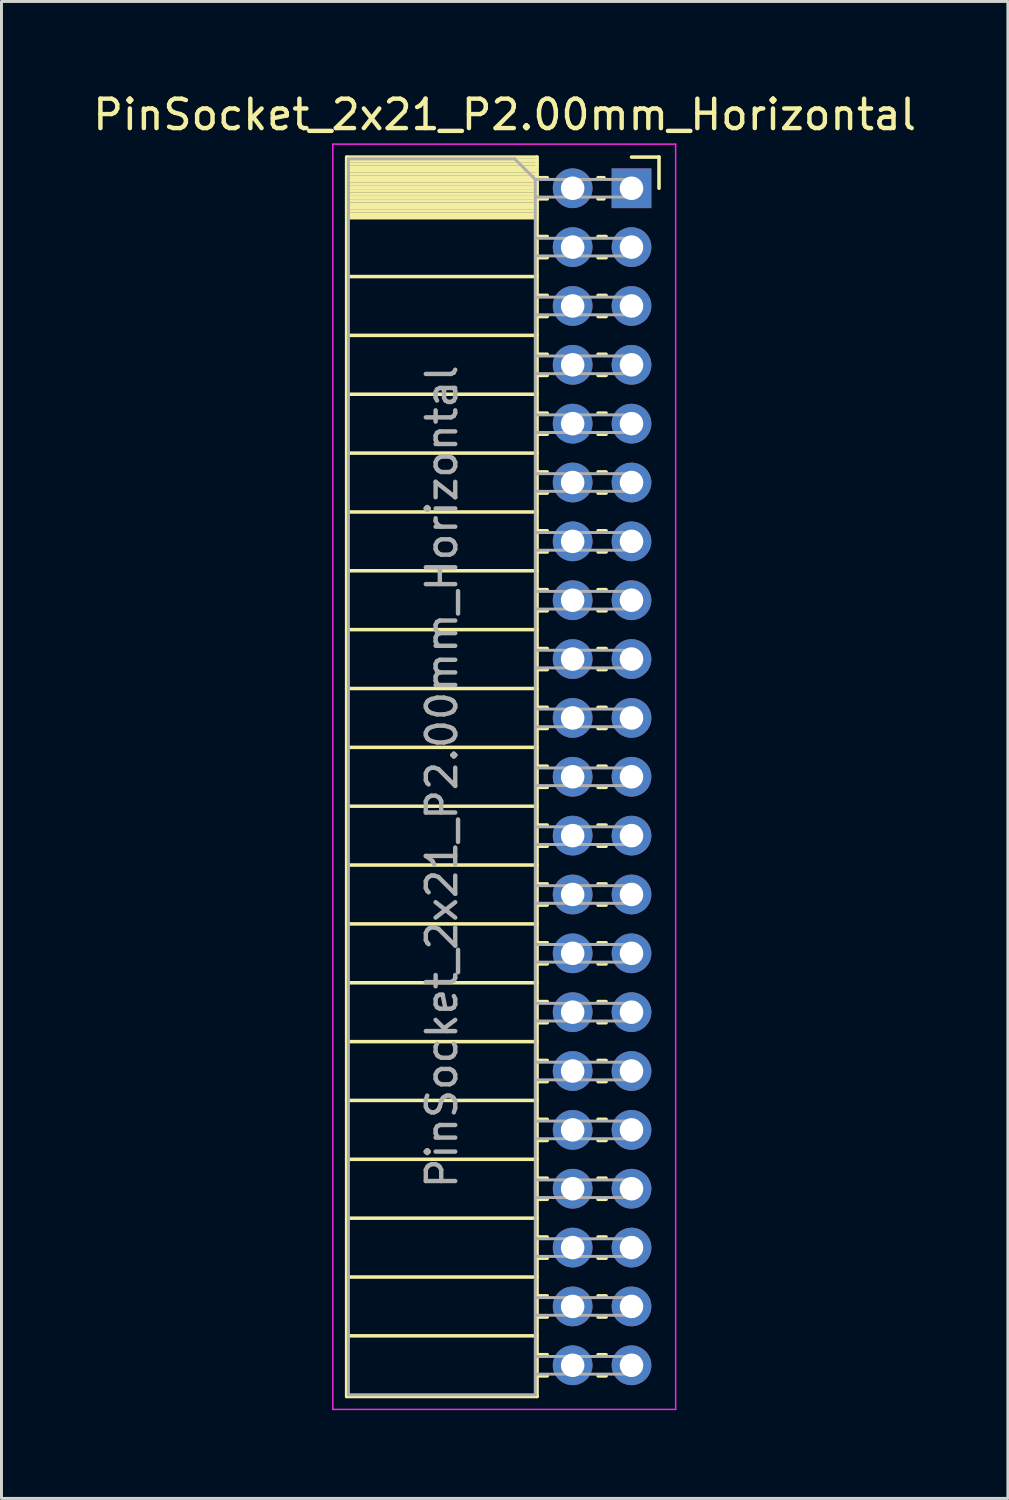
<source format=kicad_pcb>
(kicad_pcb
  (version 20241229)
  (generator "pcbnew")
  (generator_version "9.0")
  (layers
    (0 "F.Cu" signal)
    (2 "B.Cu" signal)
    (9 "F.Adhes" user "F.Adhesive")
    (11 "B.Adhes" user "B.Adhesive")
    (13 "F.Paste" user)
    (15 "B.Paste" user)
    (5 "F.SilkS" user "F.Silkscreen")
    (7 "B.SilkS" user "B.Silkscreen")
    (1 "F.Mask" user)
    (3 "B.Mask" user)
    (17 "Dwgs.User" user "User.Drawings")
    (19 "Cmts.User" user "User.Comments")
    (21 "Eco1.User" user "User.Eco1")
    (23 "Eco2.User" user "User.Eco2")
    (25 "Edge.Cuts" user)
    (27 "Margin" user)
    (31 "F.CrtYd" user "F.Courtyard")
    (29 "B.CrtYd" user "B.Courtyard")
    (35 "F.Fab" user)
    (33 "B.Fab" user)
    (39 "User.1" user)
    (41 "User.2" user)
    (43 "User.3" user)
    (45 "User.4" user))
  (footprint "PinSocket_2x21_P2.00mm_Horizontal"
    (layer "F.Cu")
    (at 18.411 3.348)
    (property "Reference" "PinSocket_2x21_P2.00mm_Horizontal" (at -4.31 -2.5 0) (layer "F.SilkS") (effects (font (size 1 1) (thickness 0.15))))
    (attr through_hole)
    (fp_line (start -9.68 -1.06) (end -9.68 41.06) (stroke (width 0.12) (type solid)) (layer "F.SilkS"))
    (fp_line (start -9.68 -1.06) (end -3.21 -1.06) (stroke (width 0.12) (type solid)) (layer "F.SilkS"))
    (fp_line (start -9.68 -0.94) (end -3.21 -0.94) (stroke (width 0.12) (type solid)) (layer "F.SilkS"))
    (fp_line (start -9.68 -0.826) (end -3.21 -0.826) (stroke (width 0.12) (type solid)) (layer "F.SilkS"))
    (fp_line (start -9.68 -0.712) (end -3.21 -0.712) (stroke (width 0.12) (type solid)) (layer "F.SilkS"))
    (fp_line (start -9.68 -0.598) (end -3.21 -0.598) (stroke (width 0.12) (type solid)) (layer "F.SilkS"))
    (fp_line (start -9.68 -0.484) (end -3.21 -0.484) (stroke (width 0.12) (type solid)) (layer "F.SilkS"))
    (fp_line (start -9.68 -0.369) (end -3.21 -0.369) (stroke (width 0.12) (type solid)) (layer "F.SilkS"))
    (fp_line (start -9.68 -0.255) (end -3.21 -0.255) (stroke (width 0.12) (type solid)) (layer "F.SilkS"))
    (fp_line (start -9.68 -0.141) (end -3.21 -0.141) (stroke (width 0.12) (type solid)) (layer "F.SilkS"))
    (fp_line (start -9.68 -0.027) (end -3.21 -0.027) (stroke (width 0.12) (type solid)) (layer "F.SilkS"))
    (fp_line (start -9.68 0.087) (end -3.21 0.087) (stroke (width 0.12) (type solid)) (layer "F.SilkS"))
    (fp_line (start -9.68 0.201) (end -3.21 0.201) (stroke (width 0.12) (type solid)) (layer "F.SilkS"))
    (fp_line (start -9.68 0.315) (end -3.21 0.315) (stroke (width 0.12) (type solid)) (layer "F.SilkS"))
    (fp_line (start -9.68 0.429) (end -3.21 0.429) (stroke (width 0.12) (type solid)) (layer "F.SilkS"))
    (fp_line (start -9.68 0.544) (end -3.21 0.544) (stroke (width 0.12) (type solid)) (layer "F.SilkS"))
    (fp_line (start -9.68 0.658) (end -3.21 0.658) (stroke (width 0.12) (type solid)) (layer "F.SilkS"))
    (fp_line (start -9.68 0.772) (end -3.21 0.772) (stroke (width 0.12) (type solid)) (layer "F.SilkS"))
    (fp_line (start -9.68 0.886) (end -3.21 0.886) (stroke (width 0.12) (type solid)) (layer "F.SilkS"))
    (fp_line (start -9.68 1) (end -3.21 1) (stroke (width 0.12) (type solid)) (layer "F.SilkS"))
    (fp_line (start -9.68 3) (end -3.21 3) (stroke (width 0.12) (type solid)) (layer "F.SilkS"))
    (fp_line (start -9.68 5) (end -3.21 5) (stroke (width 0.12) (type solid)) (layer "F.SilkS"))
    (fp_line (start -9.68 7) (end -3.21 7) (stroke (width 0.12) (type solid)) (layer "F.SilkS"))
    (fp_line (start -9.68 9) (end -3.21 9) (stroke (width 0.12) (type solid)) (layer "F.SilkS"))
    (fp_line (start -9.68 11) (end -3.21 11) (stroke (width 0.12) (type solid)) (layer "F.SilkS"))
    (fp_line (start -9.68 13) (end -3.21 13) (stroke (width 0.12) (type solid)) (layer "F.SilkS"))
    (fp_line (start -9.68 15) (end -3.21 15) (stroke (width 0.12) (type solid)) (layer "F.SilkS"))
    (fp_line (start -9.68 17) (end -3.21 17) (stroke (width 0.12) (type solid)) (layer "F.SilkS"))
    (fp_line (start -9.68 19) (end -3.21 19) (stroke (width 0.12) (type solid)) (layer "F.SilkS"))
    (fp_line (start -9.68 21) (end -3.21 21) (stroke (width 0.12) (type solid)) (layer "F.SilkS"))
    (fp_line (start -9.68 23) (end -3.21 23) (stroke (width 0.12) (type solid)) (layer "F.SilkS"))
    (fp_line (start -9.68 25) (end -3.21 25) (stroke (width 0.12) (type solid)) (layer "F.SilkS"))
    (fp_line (start -9.68 27) (end -3.21 27) (stroke (width 0.12) (type solid)) (layer "F.SilkS"))
    (fp_line (start -9.68 29) (end -3.21 29) (stroke (width 0.12) (type solid)) (layer "F.SilkS"))
    (fp_line (start -9.68 31) (end -3.21 31) (stroke (width 0.12) (type solid)) (layer "F.SilkS"))
    (fp_line (start -9.68 33) (end -3.21 33) (stroke (width 0.12) (type solid)) (layer "F.SilkS"))
    (fp_line (start -9.68 35) (end -3.21 35) (stroke (width 0.12) (type solid)) (layer "F.SilkS"))
    (fp_line (start -9.68 37) (end -3.21 37) (stroke (width 0.12) (type solid)) (layer "F.SilkS"))
    (fp_line (start -9.68 39) (end -3.21 39) (stroke (width 0.12) (type solid)) (layer "F.SilkS"))
    (fp_line (start -9.68 41.06) (end -3.21 41.06) (stroke (width 0.12) (type solid)) (layer "F.SilkS"))
    (fp_line (start -3.21 -1.06) (end -3.21 41.06) (stroke (width 0.12) (type solid)) (layer "F.SilkS"))
    (fp_line (start -3.21 -0.36) (end -2.863 -0.36) (stroke (width 0.12) (type solid)) (layer "F.SilkS"))
    (fp_line (start -3.21 0.36) (end -2.863 0.36) (stroke (width 0.12) (type solid)) (layer "F.SilkS"))
    (fp_line (start -3.21 1.64) (end -2.863 1.64) (stroke (width 0.12) (type solid)) (layer "F.SilkS"))
    (fp_line (start -3.21 2.36) (end -2.863 2.36) (stroke (width 0.12) (type solid)) (layer "F.SilkS"))
    (fp_line (start -3.21 3.64) (end -2.863 3.64) (stroke (width 0.12) (type solid)) (layer "F.SilkS"))
    (fp_line (start -3.21 4.36) (end -2.863 4.36) (stroke (width 0.12) (type solid)) (layer "F.SilkS"))
    (fp_line (start -3.21 5.64) (end -2.863 5.64) (stroke (width 0.12) (type solid)) (layer "F.SilkS"))
    (fp_line (start -3.21 6.36) (end -2.863 6.36) (stroke (width 0.12) (type solid)) (layer "F.SilkS"))
    (fp_line (start -3.21 7.64) (end -2.863 7.64) (stroke (width 0.12) (type solid)) (layer "F.SilkS"))
    (fp_line (start -3.21 8.36) (end -2.863 8.36) (stroke (width 0.12) (type solid)) (layer "F.SilkS"))
    (fp_line (start -3.21 9.64) (end -2.863 9.64) (stroke (width 0.12) (type solid)) (layer "F.SilkS"))
    (fp_line (start -3.21 10.36) (end -2.863 10.36) (stroke (width 0.12) (type solid)) (layer "F.SilkS"))
    (fp_line (start -3.21 11.64) (end -2.863 11.64) (stroke (width 0.12) (type solid)) (layer "F.SilkS"))
    (fp_line (start -3.21 12.36) (end -2.863 12.36) (stroke (width 0.12) (type solid)) (layer "F.SilkS"))
    (fp_line (start -3.21 13.64) (end -2.863 13.64) (stroke (width 0.12) (type solid)) (layer "F.SilkS"))
    (fp_line (start -3.21 14.36) (end -2.863 14.36) (stroke (width 0.12) (type solid)) (layer "F.SilkS"))
    (fp_line (start -3.21 15.64) (end -2.863 15.64) (stroke (width 0.12) (type solid)) (layer "F.SilkS"))
    (fp_line (start -3.21 16.36) (end -2.863 16.36) (stroke (width 0.12) (type solid)) (layer "F.SilkS"))
    (fp_line (start -3.21 17.64) (end -2.863 17.64) (stroke (width 0.12) (type solid)) (layer "F.SilkS"))
    (fp_line (start -3.21 18.36) (end -2.863 18.36) (stroke (width 0.12) (type solid)) (layer "F.SilkS"))
    (fp_line (start -3.21 19.64) (end -2.863 19.64) (stroke (width 0.12) (type solid)) (layer "F.SilkS"))
    (fp_line (start -3.21 20.36) (end -2.863 20.36) (stroke (width 0.12) (type solid)) (layer "F.SilkS"))
    (fp_line (start -3.21 21.64) (end -2.863 21.64) (stroke (width 0.12) (type solid)) (layer "F.SilkS"))
    (fp_line (start -3.21 22.36) (end -2.863 22.36) (stroke (width 0.12) (type solid)) (layer "F.SilkS"))
    (fp_line (start -3.21 23.64) (end -2.863 23.64) (stroke (width 0.12) (type solid)) (layer "F.SilkS"))
    (fp_line (start -3.21 24.36) (end -2.863 24.36) (stroke (width 0.12) (type solid)) (layer "F.SilkS"))
    (fp_line (start -3.21 25.64) (end -2.863 25.64) (stroke (width 0.12) (type solid)) (layer "F.SilkS"))
    (fp_line (start -3.21 26.36) (end -2.863 26.36) (stroke (width 0.12) (type solid)) (layer "F.SilkS"))
    (fp_line (start -3.21 27.64) (end -2.863 27.64) (stroke (width 0.12) (type solid)) (layer "F.SilkS"))
    (fp_line (start -3.21 28.36) (end -2.863 28.36) (stroke (width 0.12) (type solid)) (layer "F.SilkS"))
    (fp_line (start -3.21 29.64) (end -2.863 29.64) (stroke (width 0.12) (type solid)) (layer "F.SilkS"))
    (fp_line (start -3.21 30.36) (end -2.863 30.36) (stroke (width 0.12) (type solid)) (layer "F.SilkS"))
    (fp_line (start -3.21 31.64) (end -2.863 31.64) (stroke (width 0.12) (type solid)) (layer "F.SilkS"))
    (fp_line (start -3.21 32.36) (end -2.863 32.36) (stroke (width 0.12) (type solid)) (layer "F.SilkS"))
    (fp_line (start -3.21 33.64) (end -2.863 33.64) (stroke (width 0.12) (type solid)) (layer "F.SilkS"))
    (fp_line (start -3.21 34.36) (end -2.863 34.36) (stroke (width 0.12) (type solid)) (layer "F.SilkS"))
    (fp_line (start -3.21 35.64) (end -2.863 35.64) (stroke (width 0.12) (type solid)) (layer "F.SilkS"))
    (fp_line (start -3.21 36.36) (end -2.863 36.36) (stroke (width 0.12) (type solid)) (layer "F.SilkS"))
    (fp_line (start -3.21 37.64) (end -2.863 37.64) (stroke (width 0.12) (type solid)) (layer "F.SilkS"))
    (fp_line (start -3.21 38.36) (end -2.863 38.36) (stroke (width 0.12) (type solid)) (layer "F.SilkS"))
    (fp_line (start -3.21 39.64) (end -2.863 39.64) (stroke (width 0.12) (type solid)) (layer "F.SilkS"))
    (fp_line (start -3.21 40.36) (end -2.863 40.36) (stroke (width 0.12) (type solid)) (layer "F.SilkS"))
    (fp_line (start -1.137 -0.36) (end -0.935 -0.36) (stroke (width 0.12) (type solid)) (layer "F.SilkS"))
    (fp_line (start -1.137 0.36) (end -0.935 0.36) (stroke (width 0.12) (type solid)) (layer "F.SilkS"))
    (fp_line (start -1.137 1.64) (end -0.863 1.64) (stroke (width 0.12) (type solid)) (layer "F.SilkS"))
    (fp_line (start -1.137 2.36) (end -0.863 2.36) (stroke (width 0.12) (type solid)) (layer "F.SilkS"))
    (fp_line (start -1.137 3.64) (end -0.863 3.64) (stroke (width 0.12) (type solid)) (layer "F.SilkS"))
    (fp_line (start -1.137 4.36) (end -0.863 4.36) (stroke (width 0.12) (type solid)) (layer "F.SilkS"))
    (fp_line (start -1.137 5.64) (end -0.863 5.64) (stroke (width 0.12) (type solid)) (layer "F.SilkS"))
    (fp_line (start -1.137 6.36) (end -0.863 6.36) (stroke (width 0.12) (type solid)) (layer "F.SilkS"))
    (fp_line (start -1.137 7.64) (end -0.863 7.64) (stroke (width 0.12) (type solid)) (layer "F.SilkS"))
    (fp_line (start -1.137 8.36) (end -0.863 8.36) (stroke (width 0.12) (type solid)) (layer "F.SilkS"))
    (fp_line (start -1.137 9.64) (end -0.863 9.64) (stroke (width 0.12) (type solid)) (layer "F.SilkS"))
    (fp_line (start -1.137 10.36) (end -0.863 10.36) (stroke (width 0.12) (type solid)) (layer "F.SilkS"))
    (fp_line (start -1.137 11.64) (end -0.863 11.64) (stroke (width 0.12) (type solid)) (layer "F.SilkS"))
    (fp_line (start -1.137 12.36) (end -0.863 12.36) (stroke (width 0.12) (type solid)) (layer "F.SilkS"))
    (fp_line (start -1.137 13.64) (end -0.863 13.64) (stroke (width 0.12) (type solid)) (layer "F.SilkS"))
    (fp_line (start -1.137 14.36) (end -0.863 14.36) (stroke (width 0.12) (type solid)) (layer "F.SilkS"))
    (fp_line (start -1.137 15.64) (end -0.863 15.64) (stroke (width 0.12) (type solid)) (layer "F.SilkS"))
    (fp_line (start -1.137 16.36) (end -0.863 16.36) (stroke (width 0.12) (type solid)) (layer "F.SilkS"))
    (fp_line (start -1.137 17.64) (end -0.863 17.64) (stroke (width 0.12) (type solid)) (layer "F.SilkS"))
    (fp_line (start -1.137 18.36) (end -0.863 18.36) (stroke (width 0.12) (type solid)) (layer "F.SilkS"))
    (fp_line (start -1.137 19.64) (end -0.863 19.64) (stroke (width 0.12) (type solid)) (layer "F.SilkS"))
    (fp_line (start -1.137 20.36) (end -0.863 20.36) (stroke (width 0.12) (type solid)) (layer "F.SilkS"))
    (fp_line (start -1.137 21.64) (end -0.863 21.64) (stroke (width 0.12) (type solid)) (layer "F.SilkS"))
    (fp_line (start -1.137 22.36) (end -0.863 22.36) (stroke (width 0.12) (type solid)) (layer "F.SilkS"))
    (fp_line (start -1.137 23.64) (end -0.863 23.64) (stroke (width 0.12) (type solid)) (layer "F.SilkS"))
    (fp_line (start -1.137 24.36) (end -0.863 24.36) (stroke (width 0.12) (type solid)) (layer "F.SilkS"))
    (fp_line (start -1.137 25.64) (end -0.863 25.64) (stroke (width 0.12) (type solid)) (layer "F.SilkS"))
    (fp_line (start -1.137 26.36) (end -0.863 26.36) (stroke (width 0.12) (type solid)) (layer "F.SilkS"))
    (fp_line (start -1.137 27.64) (end -0.863 27.64) (stroke (width 0.12) (type solid)) (layer "F.SilkS"))
    (fp_line (start -1.137 28.36) (end -0.863 28.36) (stroke (width 0.12) (type solid)) (layer "F.SilkS"))
    (fp_line (start -1.137 29.64) (end -0.863 29.64) (stroke (width 0.12) (type solid)) (layer "F.SilkS"))
    (fp_line (start -1.137 30.36) (end -0.863 30.36) (stroke (width 0.12) (type solid)) (layer "F.SilkS"))
    (fp_line (start -1.137 31.64) (end -0.863 31.64) (stroke (width 0.12) (type solid)) (layer "F.SilkS"))
    (fp_line (start -1.137 32.36) (end -0.863 32.36) (stroke (width 0.12) (type solid)) (layer "F.SilkS"))
    (fp_line (start -1.137 33.64) (end -0.863 33.64) (stroke (width 0.12) (type solid)) (layer "F.SilkS"))
    (fp_line (start -1.137 34.36) (end -0.863 34.36) (stroke (width 0.12) (type solid)) (layer "F.SilkS"))
    (fp_line (start -1.137 35.64) (end -0.863 35.64) (stroke (width 0.12) (type solid)) (layer "F.SilkS"))
    (fp_line (start -1.137 36.36) (end -0.863 36.36) (stroke (width 0.12) (type solid)) (layer "F.SilkS"))
    (fp_line (start -1.137 37.64) (end -0.863 37.64) (stroke (width 0.12) (type solid)) (layer "F.SilkS"))
    (fp_line (start -1.137 38.36) (end -0.863 38.36) (stroke (width 0.12) (type solid)) (layer "F.SilkS"))
    (fp_line (start -1.137 39.64) (end -0.863 39.64) (stroke (width 0.12) (type solid)) (layer "F.SilkS"))
    (fp_line (start -1.137 40.36) (end -0.863 40.36) (stroke (width 0.12) (type solid)) (layer "F.SilkS"))
    (fp_line (start 0 -1.06) (end 0.935 -1.06) (stroke (width 0.12) (type solid)) (layer "F.SilkS"))
    (fp_line (start 0.935 -1.06) (end 0.935 0) (stroke (width 0.12) (type solid)) (layer "F.SilkS"))
    (fp_line (start -10.15 -1.5) (end -10.15 41.5) (stroke (width 0.05) (type solid)) (layer "F.CrtYd"))
    (fp_line (start -10.15 41.5) (end 1.5 41.5) (stroke (width 0.05) (type solid)) (layer "F.CrtYd"))
    (fp_line (start 1.5 -1.5) (end -10.15 -1.5) (stroke (width 0.05) (type solid)) (layer "F.CrtYd"))
    (fp_line (start 1.5 41.5) (end 1.5 -1.5) (stroke (width 0.05) (type solid)) (layer "F.CrtYd"))
    (fp_line (start -9.62 -1) (end -3.97 -1) (stroke (width 0.1) (type solid)) (layer "F.Fab"))
    (fp_line (start -9.62 41) (end -9.62 -1) (stroke (width 0.1) (type solid)) (layer "F.Fab"))
    (fp_line (start -3.97 -1) (end -3.27 -0.3) (stroke (width 0.1) (type solid)) (layer "F.Fab"))
    (fp_line (start -3.27 -0.3) (end -3.27 41) (stroke (width 0.1) (type solid)) (layer "F.Fab"))
    (fp_line (start -3.27 0.3) (end 0 0.3) (stroke (width 0.1) (type solid)) (layer "F.Fab"))
    (fp_line (start -3.27 2.3) (end 0 2.3) (stroke (width 0.1) (type solid)) (layer "F.Fab"))
    (fp_line (start -3.27 4.3) (end 0 4.3) (stroke (width 0.1) (type solid)) (layer "F.Fab"))
    (fp_line (start -3.27 6.3) (end 0 6.3) (stroke (width 0.1) (type solid)) (layer "F.Fab"))
    (fp_line (start -3.27 8.3) (end 0 8.3) (stroke (width 0.1) (type solid)) (layer "F.Fab"))
    (fp_line (start -3.27 10.3) (end 0 10.3) (stroke (width 0.1) (type solid)) (layer "F.Fab"))
    (fp_line (start -3.27 12.3) (end 0 12.3) (stroke (width 0.1) (type solid)) (layer "F.Fab"))
    (fp_line (start -3.27 14.3) (end 0 14.3) (stroke (width 0.1) (type solid)) (layer "F.Fab"))
    (fp_line (start -3.27 16.3) (end 0 16.3) (stroke (width 0.1) (type solid)) (layer "F.Fab"))
    (fp_line (start -3.27 18.3) (end 0 18.3) (stroke (width 0.1) (type solid)) (layer "F.Fab"))
    (fp_line (start -3.27 20.3) (end 0 20.3) (stroke (width 0.1) (type solid)) (layer "F.Fab"))
    (fp_line (start -3.27 22.3) (end 0 22.3) (stroke (width 0.1) (type solid)) (layer "F.Fab"))
    (fp_line (start -3.27 24.3) (end 0 24.3) (stroke (width 0.1) (type solid)) (layer "F.Fab"))
    (fp_line (start -3.27 26.3) (end 0 26.3) (stroke (width 0.1) (type solid)) (layer "F.Fab"))
    (fp_line (start -3.27 28.3) (end 0 28.3) (stroke (width 0.1) (type solid)) (layer "F.Fab"))
    (fp_line (start -3.27 30.3) (end 0 30.3) (stroke (width 0.1) (type solid)) (layer "F.Fab"))
    (fp_line (start -3.27 32.3) (end 0 32.3) (stroke (width 0.1) (type solid)) (layer "F.Fab"))
    (fp_line (start -3.27 34.3) (end 0 34.3) (stroke (width 0.1) (type solid)) (layer "F.Fab"))
    (fp_line (start -3.27 36.3) (end 0 36.3) (stroke (width 0.1) (type solid)) (layer "F.Fab"))
    (fp_line (start -3.27 38.3) (end 0 38.3) (stroke (width 0.1) (type solid)) (layer "F.Fab"))
    (fp_line (start -3.27 40.3) (end 0 40.3) (stroke (width 0.1) (type solid)) (layer "F.Fab"))
    (fp_line (start -3.27 41) (end -9.62 41) (stroke (width 0.1) (type solid)) (layer "F.Fab"))
    (fp_line (start 0 -0.3) (end -3.27 -0.3) (stroke (width 0.1) (type solid)) (layer "F.Fab"))
    (fp_line (start 0 0.3) (end 0 -0.3) (stroke (width 0.1) (type solid)) (layer "F.Fab"))
    (fp_line (start 0 1.7) (end -3.27 1.7) (stroke (width 0.1) (type solid)) (layer "F.Fab"))
    (fp_line (start 0 2.3) (end 0 1.7) (stroke (width 0.1) (type solid)) (layer "F.Fab"))
    (fp_line (start 0 3.7) (end -3.27 3.7) (stroke (width 0.1) (type solid)) (layer "F.Fab"))
    (fp_line (start 0 4.3) (end 0 3.7) (stroke (width 0.1) (type solid)) (layer "F.Fab"))
    (fp_line (start 0 5.7) (end -3.27 5.7) (stroke (width 0.1) (type solid)) (layer "F.Fab"))
    (fp_line (start 0 6.3) (end 0 5.7) (stroke (width 0.1) (type solid)) (layer "F.Fab"))
    (fp_line (start 0 7.7) (end -3.27 7.7) (stroke (width 0.1) (type solid)) (layer "F.Fab"))
    (fp_line (start 0 8.3) (end 0 7.7) (stroke (width 0.1) (type solid)) (layer "F.Fab"))
    (fp_line (start 0 9.7) (end -3.27 9.7) (stroke (width 0.1) (type solid)) (layer "F.Fab"))
    (fp_line (start 0 10.3) (end 0 9.7) (stroke (width 0.1) (type solid)) (layer "F.Fab"))
    (fp_line (start 0 11.7) (end -3.27 11.7) (stroke (width 0.1) (type solid)) (layer "F.Fab"))
    (fp_line (start 0 12.3) (end 0 11.7) (stroke (width 0.1) (type solid)) (layer "F.Fab"))
    (fp_line (start 0 13.7) (end -3.27 13.7) (stroke (width 0.1) (type solid)) (layer "F.Fab"))
    (fp_line (start 0 14.3) (end 0 13.7) (stroke (width 0.1) (type solid)) (layer "F.Fab"))
    (fp_line (start 0 15.7) (end -3.27 15.7) (stroke (width 0.1) (type solid)) (layer "F.Fab"))
    (fp_line (start 0 16.3) (end 0 15.7) (stroke (width 0.1) (type solid)) (layer "F.Fab"))
    (fp_line (start 0 17.7) (end -3.27 17.7) (stroke (width 0.1) (type solid)) (layer "F.Fab"))
    (fp_line (start 0 18.3) (end 0 17.7) (stroke (width 0.1) (type solid)) (layer "F.Fab"))
    (fp_line (start 0 19.7) (end -3.27 19.7) (stroke (width 0.1) (type solid)) (layer "F.Fab"))
    (fp_line (start 0 20.3) (end 0 19.7) (stroke (width 0.1) (type solid)) (layer "F.Fab"))
    (fp_line (start 0 21.7) (end -3.27 21.7) (stroke (width 0.1) (type solid)) (layer "F.Fab"))
    (fp_line (start 0 22.3) (end 0 21.7) (stroke (width 0.1) (type solid)) (layer "F.Fab"))
    (fp_line (start 0 23.7) (end -3.27 23.7) (stroke (width 0.1) (type solid)) (layer "F.Fab"))
    (fp_line (start 0 24.3) (end 0 23.7) (stroke (width 0.1) (type solid)) (layer "F.Fab"))
    (fp_line (start 0 25.7) (end -3.27 25.7) (stroke (width 0.1) (type solid)) (layer "F.Fab"))
    (fp_line (start 0 26.3) (end 0 25.7) (stroke (width 0.1) (type solid)) (layer "F.Fab"))
    (fp_line (start 0 27.7) (end -3.27 27.7) (stroke (width 0.1) (type solid)) (layer "F.Fab"))
    (fp_line (start 0 28.3) (end 0 27.7) (stroke (width 0.1) (type solid)) (layer "F.Fab"))
    (fp_line (start 0 29.7) (end -3.27 29.7) (stroke (width 0.1) (type solid)) (layer "F.Fab"))
    (fp_line (start 0 30.3) (end 0 29.7) (stroke (width 0.1) (type solid)) (layer "F.Fab"))
    (fp_line (start 0 31.7) (end -3.27 31.7) (stroke (width 0.1) (type solid)) (layer "F.Fab"))
    (fp_line (start 0 32.3) (end 0 31.7) (stroke (width 0.1) (type solid)) (layer "F.Fab"))
    (fp_line (start 0 33.7) (end -3.27 33.7) (stroke (width 0.1) (type solid)) (layer "F.Fab"))
    (fp_line (start 0 34.3) (end 0 33.7) (stroke (width 0.1) (type solid)) (layer "F.Fab"))
    (fp_line (start 0 35.7) (end -3.27 35.7) (stroke (width 0.1) (type solid)) (layer "F.Fab"))
    (fp_line (start 0 36.3) (end 0 35.7) (stroke (width 0.1) (type solid)) (layer "F.Fab"))
    (fp_line (start 0 37.7) (end -3.27 37.7) (stroke (width 0.1) (type solid)) (layer "F.Fab"))
    (fp_line (start 0 38.3) (end 0 37.7) (stroke (width 0.1) (type solid)) (layer "F.Fab"))
    (fp_line (start 0 39.7) (end -3.27 39.7) (stroke (width 0.1) (type solid)) (layer "F.Fab"))
    (fp_line (start 0 40.3) (end 0 39.7) (stroke (width 0.1) (type solid)) (layer "F.Fab"))
    (fp_text user "${REFERENCE}" (at -6.445 20 90) (layer "F.Fab") (effects (font (size 1 1) (thickness 0.15))))
    (pad "1" thru_hole rect (at 0 0) (size 1.35 1.35) (drill 0.8) (layers "*.Cu" "*.Mask"))
    (pad "2" thru_hole oval (at -2 0) (size 1.35 1.35) (drill 0.8) (layers "*.Cu" "*.Mask"))
    (pad "3" thru_hole oval (at 0 2) (size 1.35 1.35) (drill 0.8) (layers "*.Cu" "*.Mask"))
    (pad "4" thru_hole oval (at -2 2) (size 1.35 1.35) (drill 0.8) (layers "*.Cu" "*.Mask"))
    (pad "5" thru_hole oval (at 0 4) (size 1.35 1.35) (drill 0.8) (layers "*.Cu" "*.Mask"))
    (pad "6" thru_hole oval (at -2 4) (size 1.35 1.35) (drill 0.8) (layers "*.Cu" "*.Mask"))
    (pad "7" thru_hole oval (at 0 6) (size 1.35 1.35) (drill 0.8) (layers "*.Cu" "*.Mask"))
    (pad "8" thru_hole oval (at -2 6) (size 1.35 1.35) (drill 0.8) (layers "*.Cu" "*.Mask"))
    (pad "9" thru_hole oval (at 0 8) (size 1.35 1.35) (drill 0.8) (layers "*.Cu" "*.Mask"))
    (pad "10" thru_hole oval (at -2 8) (size 1.35 1.35) (drill 0.8) (layers "*.Cu" "*.Mask"))
    (pad "11" thru_hole oval (at 0 10) (size 1.35 1.35) (drill 0.8) (layers "*.Cu" "*.Mask"))
    (pad "12" thru_hole oval (at -2 10) (size 1.35 1.35) (drill 0.8) (layers "*.Cu" "*.Mask"))
    (pad "13" thru_hole oval (at 0 12) (size 1.35 1.35) (drill 0.8) (layers "*.Cu" "*.Mask"))
    (pad "14" thru_hole oval (at -2 12) (size 1.35 1.35) (drill 0.8) (layers "*.Cu" "*.Mask"))
    (pad "15" thru_hole oval (at 0 14) (size 1.35 1.35) (drill 0.8) (layers "*.Cu" "*.Mask"))
    (pad "16" thru_hole oval (at -2 14) (size 1.35 1.35) (drill 0.8) (layers "*.Cu" "*.Mask"))
    (pad "17" thru_hole oval (at 0 16) (size 1.35 1.35) (drill 0.8) (layers "*.Cu" "*.Mask"))
    (pad "18" thru_hole oval (at -2 16) (size 1.35 1.35) (drill 0.8) (layers "*.Cu" "*.Mask"))
    (pad "19" thru_hole oval (at 0 18) (size 1.35 1.35) (drill 0.8) (layers "*.Cu" "*.Mask"))
    (pad "20" thru_hole oval (at -2 18) (size 1.35 1.35) (drill 0.8) (layers "*.Cu" "*.Mask"))
    (pad "21" thru_hole oval (at 0 20) (size 1.35 1.35) (drill 0.8) (layers "*.Cu" "*.Mask"))
    (pad "22" thru_hole oval (at -2 20) (size 1.35 1.35) (drill 0.8) (layers "*.Cu" "*.Mask"))
    (pad "23" thru_hole oval (at 0 22) (size 1.35 1.35) (drill 0.8) (layers "*.Cu" "*.Mask"))
    (pad "24" thru_hole oval (at -2 22) (size 1.35 1.35) (drill 0.8) (layers "*.Cu" "*.Mask"))
    (pad "25" thru_hole oval (at 0 24) (size 1.35 1.35) (drill 0.8) (layers "*.Cu" "*.Mask"))
    (pad "26" thru_hole oval (at -2 24) (size 1.35 1.35) (drill 0.8) (layers "*.Cu" "*.Mask"))
    (pad "27" thru_hole oval (at 0 26) (size 1.35 1.35) (drill 0.8) (layers "*.Cu" "*.Mask"))
    (pad "28" thru_hole oval (at -2 26) (size 1.35 1.35) (drill 0.8) (layers "*.Cu" "*.Mask"))
    (pad "29" thru_hole oval (at 0 28) (size 1.35 1.35) (drill 0.8) (layers "*.Cu" "*.Mask"))
    (pad "30" thru_hole oval (at -2 28) (size 1.35 1.35) (drill 0.8) (layers "*.Cu" "*.Mask"))
    (pad "31" thru_hole oval (at 0 30) (size 1.35 1.35) (drill 0.8) (layers "*.Cu" "*.Mask"))
    (pad "32" thru_hole oval (at -2 30) (size 1.35 1.35) (drill 0.8) (layers "*.Cu" "*.Mask"))
    (pad "33" thru_hole oval (at 0 32) (size 1.35 1.35) (drill 0.8) (layers "*.Cu" "*.Mask"))
    (pad "34" thru_hole oval (at -2 32) (size 1.35 1.35) (drill 0.8) (layers "*.Cu" "*.Mask"))
    (pad "35" thru_hole oval (at 0 34) (size 1.35 1.35) (drill 0.8) (layers "*.Cu" "*.Mask"))
    (pad "36" thru_hole oval (at -2 34) (size 1.35 1.35) (drill 0.8) (layers "*.Cu" "*.Mask"))
    (pad "37" thru_hole oval (at 0 36) (size 1.35 1.35) (drill 0.8) (layers "*.Cu" "*.Mask"))
    (pad "38" thru_hole oval (at -2 36) (size 1.35 1.35) (drill 0.8) (layers "*.Cu" "*.Mask"))
    (pad "39" thru_hole oval (at 0 38) (size 1.35 1.35) (drill 0.8) (layers "*.Cu" "*.Mask"))
    (pad "40" thru_hole oval (at -2 38) (size 1.35 1.35) (drill 0.8) (layers "*.Cu" "*.Mask"))
    (pad "41" thru_hole oval (at 0 40) (size 1.35 1.35) (drill 0.8) (layers "*.Cu" "*.Mask"))
    (pad "42" thru_hole oval (at -2 40) (size 1.35 1.35) (drill 0.8) (layers "*.Cu" "*.Mask")))
  (gr_rect
    (start -3 -3)
    (end 31.202 47.873)
    (stroke (width 0.1) (type default))
    (fill no)
    (layer "Edge.Cuts")))
</source>
